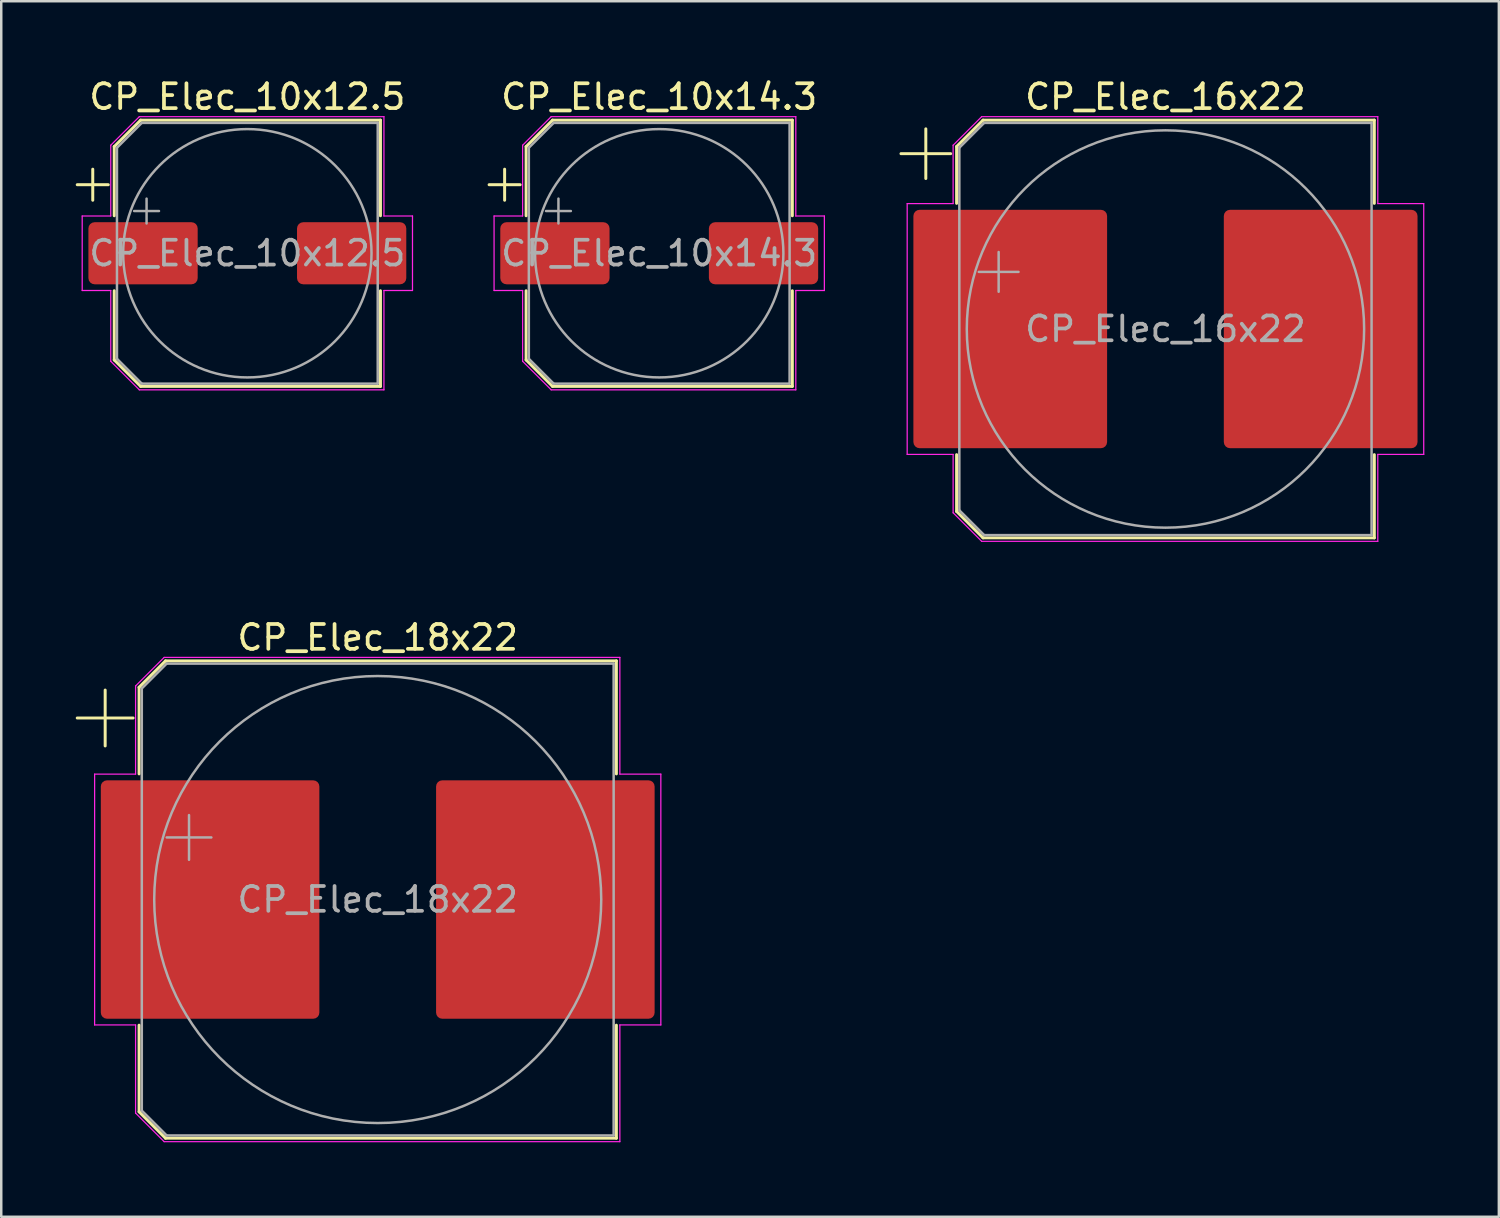
<source format=kicad_pcb>
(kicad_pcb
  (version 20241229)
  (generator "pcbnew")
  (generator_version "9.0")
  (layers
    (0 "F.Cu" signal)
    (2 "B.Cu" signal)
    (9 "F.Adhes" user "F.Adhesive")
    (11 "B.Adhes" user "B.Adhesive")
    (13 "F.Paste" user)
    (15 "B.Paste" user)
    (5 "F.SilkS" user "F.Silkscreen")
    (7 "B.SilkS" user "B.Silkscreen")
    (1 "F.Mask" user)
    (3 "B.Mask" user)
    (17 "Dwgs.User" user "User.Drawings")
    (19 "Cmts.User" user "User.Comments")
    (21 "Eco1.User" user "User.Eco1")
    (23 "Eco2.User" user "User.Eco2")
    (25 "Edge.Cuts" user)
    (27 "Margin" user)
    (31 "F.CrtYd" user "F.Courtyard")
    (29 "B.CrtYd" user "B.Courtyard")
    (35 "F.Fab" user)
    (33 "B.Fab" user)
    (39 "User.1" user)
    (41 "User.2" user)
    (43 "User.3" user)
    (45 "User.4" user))
  (footprint "CP_Elec_18x22"
    (layer "F.Cu")
    (at 12.16 33.172)
    (property "Reference" "CP_Elec_18x22" (at 0 -10.55 0) (layer "F.SilkS") (effects (font (size 1 1) (thickness 0.15))))
    (attr smd)
    (fp_line (start -12.1 -7.31) (end -9.85 -7.31) (stroke (width 0.12) (type solid)) (layer "F.SilkS"))
    (fp_line (start -10.975 -8.435) (end -10.975 -6.185) (stroke (width 0.12) (type solid)) (layer "F.SilkS"))
    (fp_line (start -9.61 -8.546) (end -9.61 -5.06) (stroke (width 0.12) (type solid)) (layer "F.SilkS"))
    (fp_line (start -9.61 -8.546) (end -8.546 -9.61) (stroke (width 0.12) (type solid)) (layer "F.SilkS"))
    (fp_line (start -9.61 8.546) (end -9.61 5.06) (stroke (width 0.12) (type solid)) (layer "F.SilkS"))
    (fp_line (start -9.61 8.546) (end -8.546 9.61) (stroke (width 0.12) (type solid)) (layer "F.SilkS"))
    (fp_line (start -8.546 -9.61) (end 9.61 -9.61) (stroke (width 0.12) (type solid)) (layer "F.SilkS"))
    (fp_line (start -8.546 9.61) (end 9.61 9.61) (stroke (width 0.12) (type solid)) (layer "F.SilkS"))
    (fp_line (start 9.61 -9.61) (end 9.61 -5.06) (stroke (width 0.12) (type solid)) (layer "F.SilkS"))
    (fp_line (start 9.61 9.61) (end 9.61 5.06) (stroke (width 0.12) (type solid)) (layer "F.SilkS"))
    (fp_line (start -11.4 -5.05) (end -11.4 5.05) (stroke (width 0.05) (type solid)) (layer "F.CrtYd"))
    (fp_line (start -11.4 5.05) (end -9.75 5.05) (stroke (width 0.05) (type solid)) (layer "F.CrtYd"))
    (fp_line (start -9.75 -8.6) (end -9.75 -5.05) (stroke (width 0.05) (type solid)) (layer "F.CrtYd"))
    (fp_line (start -9.75 -8.6) (end -8.6 -9.75) (stroke (width 0.05) (type solid)) (layer "F.CrtYd"))
    (fp_line (start -9.75 -5.05) (end -11.4 -5.05) (stroke (width 0.05) (type solid)) (layer "F.CrtYd"))
    (fp_line (start -9.75 5.05) (end -9.75 8.6) (stroke (width 0.05) (type solid)) (layer "F.CrtYd"))
    (fp_line (start -9.75 8.6) (end -8.6 9.75) (stroke (width 0.05) (type solid)) (layer "F.CrtYd"))
    (fp_line (start -8.6 -9.75) (end 9.75 -9.75) (stroke (width 0.05) (type solid)) (layer "F.CrtYd"))
    (fp_line (start -8.6 9.75) (end 9.75 9.75) (stroke (width 0.05) (type solid)) (layer "F.CrtYd"))
    (fp_line (start 9.75 -9.75) (end 9.75 -5.05) (stroke (width 0.05) (type solid)) (layer "F.CrtYd"))
    (fp_line (start 9.75 -5.05) (end 11.4 -5.05) (stroke (width 0.05) (type solid)) (layer "F.CrtYd"))
    (fp_line (start 9.75 5.05) (end 9.75 9.75) (stroke (width 0.05) (type solid)) (layer "F.CrtYd"))
    (fp_line (start 11.4 -5.05) (end 11.4 5.05) (stroke (width 0.05) (type solid)) (layer "F.CrtYd"))
    (fp_line (start 11.4 5.05) (end 9.75 5.05) (stroke (width 0.05) (type solid)) (layer "F.CrtYd"))
    (fp_line (start -9.5 -8.5) (end -9.5 8.5) (stroke (width 0.1) (type solid)) (layer "F.Fab"))
    (fp_line (start -9.5 -8.5) (end -8.5 -9.5) (stroke (width 0.1) (type solid)) (layer "F.Fab"))
    (fp_line (start -9.5 8.5) (end -8.5 9.5) (stroke (width 0.1) (type solid)) (layer "F.Fab"))
    (fp_line (start -8.5 -9.5) (end 9.5 -9.5) (stroke (width 0.1) (type solid)) (layer "F.Fab"))
    (fp_line (start -8.5 9.5) (end 9.5 9.5) (stroke (width 0.1) (type solid)) (layer "F.Fab"))
    (fp_line (start -8.499 -2.5) (end -6.699 -2.5) (stroke (width 0.1) (type solid)) (layer "F.Fab"))
    (fp_line (start -7.599 -3.4) (end -7.599 -1.6) (stroke (width 0.1) (type solid)) (layer "F.Fab"))
    (fp_line (start 9.5 -9.5) (end 9.5 9.5) (stroke (width 0.1) (type solid)) (layer "F.Fab"))
    (fp_circle (center 0 0) (end 9 0) (stroke (width 0.1) (type solid)) (fill no) (layer "F.Fab"))
    (fp_text user "${REFERENCE}" (at 0 0 0) (layer "F.Fab") (effects (font (size 1 1) (thickness 0.15))))
    (pad "1" smd roundrect (at -6.75 0) (size 8.8 9.6) (layers "F.Cu" "F.Mask" "F.Paste") (roundrect_rratio 0.028))
    (pad "2" smd roundrect (at 6.75 0) (size 8.8 9.6) (layers "F.Cu" "F.Mask" "F.Paste") (roundrect_rratio 0.028)))
  (footprint "CP_Elec_16x22"
    (layer "F.Cu")
    (at 43.88 10.198)
    (property "Reference" "CP_Elec_16x22" (at 0 -9.35 0) (layer "F.SilkS") (effects (font (size 1 1) (thickness 0.15))))
    (attr smd)
    (fp_line (start -10.65 -7.06) (end -8.65 -7.06) (stroke (width 0.12) (type solid)) (layer "F.SilkS"))
    (fp_line (start -9.65 -8.06) (end -9.65 -6.06) (stroke (width 0.12) (type solid)) (layer "F.SilkS"))
    (fp_line (start -8.41 -7.346) (end -8.41 -5.06) (stroke (width 0.12) (type solid)) (layer "F.SilkS"))
    (fp_line (start -8.41 -7.346) (end -7.346 -8.41) (stroke (width 0.12) (type solid)) (layer "F.SilkS"))
    (fp_line (start -8.41 7.346) (end -8.41 5.06) (stroke (width 0.12) (type solid)) (layer "F.SilkS"))
    (fp_line (start -8.41 7.346) (end -7.346 8.41) (stroke (width 0.12) (type solid)) (layer "F.SilkS"))
    (fp_line (start -7.346 -8.41) (end 8.41 -8.41) (stroke (width 0.12) (type solid)) (layer "F.SilkS"))
    (fp_line (start -7.346 8.41) (end 8.41 8.41) (stroke (width 0.12) (type solid)) (layer "F.SilkS"))
    (fp_line (start 8.41 -8.41) (end 8.41 -5.06) (stroke (width 0.12) (type solid)) (layer "F.SilkS"))
    (fp_line (start 8.41 8.41) (end 8.41 5.06) (stroke (width 0.12) (type solid)) (layer "F.SilkS"))
    (fp_line (start -10.4 -5.05) (end -10.4 5.05) (stroke (width 0.05) (type solid)) (layer "F.CrtYd"))
    (fp_line (start -10.4 5.05) (end -8.55 5.05) (stroke (width 0.05) (type solid)) (layer "F.CrtYd"))
    (fp_line (start -8.55 -7.4) (end -8.55 -5.05) (stroke (width 0.05) (type solid)) (layer "F.CrtYd"))
    (fp_line (start -8.55 -7.4) (end -7.4 -8.55) (stroke (width 0.05) (type solid)) (layer "F.CrtYd"))
    (fp_line (start -8.55 -5.05) (end -10.4 -5.05) (stroke (width 0.05) (type solid)) (layer "F.CrtYd"))
    (fp_line (start -8.55 5.05) (end -8.55 7.4) (stroke (width 0.05) (type solid)) (layer "F.CrtYd"))
    (fp_line (start -8.55 7.4) (end -7.4 8.55) (stroke (width 0.05) (type solid)) (layer "F.CrtYd"))
    (fp_line (start -7.4 -8.55) (end 8.55 -8.55) (stroke (width 0.05) (type solid)) (layer "F.CrtYd"))
    (fp_line (start -7.4 8.55) (end 8.55 8.55) (stroke (width 0.05) (type solid)) (layer "F.CrtYd"))
    (fp_line (start 8.55 -8.55) (end 8.55 -5.05) (stroke (width 0.05) (type solid)) (layer "F.CrtYd"))
    (fp_line (start 8.55 -5.05) (end 10.4 -5.05) (stroke (width 0.05) (type solid)) (layer "F.CrtYd"))
    (fp_line (start 8.55 5.05) (end 8.55 8.55) (stroke (width 0.05) (type solid)) (layer "F.CrtYd"))
    (fp_line (start 10.4 -5.05) (end 10.4 5.05) (stroke (width 0.05) (type solid)) (layer "F.CrtYd"))
    (fp_line (start 10.4 5.05) (end 8.55 5.05) (stroke (width 0.05) (type solid)) (layer "F.CrtYd"))
    (fp_line (start -8.3 -7.3) (end -8.3 7.3) (stroke (width 0.1) (type solid)) (layer "F.Fab"))
    (fp_line (start -8.3 -7.3) (end -7.3 -8.3) (stroke (width 0.1) (type solid)) (layer "F.Fab"))
    (fp_line (start -8.3 7.3) (end -7.3 8.3) (stroke (width 0.1) (type solid)) (layer "F.Fab"))
    (fp_line (start -7.517 -2.3) (end -5.917 -2.3) (stroke (width 0.1) (type solid)) (layer "F.Fab"))
    (fp_line (start -7.3 -8.3) (end 8.3 -8.3) (stroke (width 0.1) (type solid)) (layer "F.Fab"))
    (fp_line (start -7.3 8.3) (end 8.3 8.3) (stroke (width 0.1) (type solid)) (layer "F.Fab"))
    (fp_line (start -6.717 -3.1) (end -6.717 -1.5) (stroke (width 0.1) (type solid)) (layer "F.Fab"))
    (fp_line (start 8.3 -8.3) (end 8.3 8.3) (stroke (width 0.1) (type solid)) (layer "F.Fab"))
    (fp_circle (center 0 0) (end 8 0) (stroke (width 0.1) (type solid)) (fill no) (layer "F.Fab"))
    (fp_text user "${REFERENCE}" (at 0 0 0) (layer "F.Fab") (effects (font (size 1 1) (thickness 0.15))))
    (pad "1" smd roundrect (at -6.25 0) (size 7.8 9.6) (layers "F.Cu" "F.Mask" "F.Paste") (roundrect_rratio 0.032))
    (pad "2" smd roundrect (at 6.25 0) (size 7.8 9.6) (layers "F.Cu" "F.Mask" "F.Paste") (roundrect_rratio 0.032)))
  (footprint "CP_Elec_10x12.5"
    (layer "F.Cu")
    (at 6.91 7.148)
    (property "Reference" "CP_Elec_10x12.5" (at 0 -6.3 0) (layer "F.SilkS") (effects (font (size 1 1) (thickness 0.15))))
    (attr smd)
    (fp_line (start -6.85 -2.76) (end -5.6 -2.76) (stroke (width 0.12) (type solid)) (layer "F.SilkS"))
    (fp_line (start -6.225 -3.385) (end -6.225 -2.135) (stroke (width 0.12) (type solid)) (layer "F.SilkS"))
    (fp_line (start -5.36 -4.296) (end -5.36 -1.51) (stroke (width 0.12) (type solid)) (layer "F.SilkS"))
    (fp_line (start -5.36 -4.296) (end -4.296 -5.36) (stroke (width 0.12) (type solid)) (layer "F.SilkS"))
    (fp_line (start -5.36 4.296) (end -5.36 1.51) (stroke (width 0.12) (type solid)) (layer "F.SilkS"))
    (fp_line (start -5.36 4.296) (end -4.296 5.36) (stroke (width 0.12) (type solid)) (layer "F.SilkS"))
    (fp_line (start -4.296 -5.36) (end 5.36 -5.36) (stroke (width 0.12) (type solid)) (layer "F.SilkS"))
    (fp_line (start -4.296 5.36) (end 5.36 5.36) (stroke (width 0.12) (type solid)) (layer "F.SilkS"))
    (fp_line (start 5.36 -5.36) (end 5.36 -1.51) (stroke (width 0.12) (type solid)) (layer "F.SilkS"))
    (fp_line (start 5.36 5.36) (end 5.36 1.51) (stroke (width 0.12) (type solid)) (layer "F.SilkS"))
    (fp_line (start -6.65 -1.5) (end -6.65 1.5) (stroke (width 0.05) (type solid)) (layer "F.CrtYd"))
    (fp_line (start -6.65 1.5) (end -5.5 1.5) (stroke (width 0.05) (type solid)) (layer "F.CrtYd"))
    (fp_line (start -5.5 -4.35) (end -5.5 -1.5) (stroke (width 0.05) (type solid)) (layer "F.CrtYd"))
    (fp_line (start -5.5 -4.35) (end -4.35 -5.5) (stroke (width 0.05) (type solid)) (layer "F.CrtYd"))
    (fp_line (start -5.5 -1.5) (end -6.65 -1.5) (stroke (width 0.05) (type solid)) (layer "F.CrtYd"))
    (fp_line (start -5.5 1.5) (end -5.5 4.35) (stroke (width 0.05) (type solid)) (layer "F.CrtYd"))
    (fp_line (start -5.5 4.35) (end -4.35 5.5) (stroke (width 0.05) (type solid)) (layer "F.CrtYd"))
    (fp_line (start -4.35 -5.5) (end 5.5 -5.5) (stroke (width 0.05) (type solid)) (layer "F.CrtYd"))
    (fp_line (start -4.35 5.5) (end 5.5 5.5) (stroke (width 0.05) (type solid)) (layer "F.CrtYd"))
    (fp_line (start 5.5 -5.5) (end 5.5 -1.5) (stroke (width 0.05) (type solid)) (layer "F.CrtYd"))
    (fp_line (start 5.5 -1.5) (end 6.65 -1.5) (stroke (width 0.05) (type solid)) (layer "F.CrtYd"))
    (fp_line (start 5.5 1.5) (end 5.5 5.5) (stroke (width 0.05) (type solid)) (layer "F.CrtYd"))
    (fp_line (start 6.65 -1.5) (end 6.65 1.5) (stroke (width 0.05) (type solid)) (layer "F.CrtYd"))
    (fp_line (start 6.65 1.5) (end 5.5 1.5) (stroke (width 0.05) (type solid)) (layer "F.CrtYd"))
    (fp_line (start -5.25 -4.25) (end -5.25 4.25) (stroke (width 0.1) (type solid)) (layer "F.Fab"))
    (fp_line (start -5.25 -4.25) (end -4.25 -5.25) (stroke (width 0.1) (type solid)) (layer "F.Fab"))
    (fp_line (start -5.25 4.25) (end -4.25 5.25) (stroke (width 0.1) (type solid)) (layer "F.Fab"))
    (fp_line (start -4.558 -1.7) (end -3.558 -1.7) (stroke (width 0.1) (type solid)) (layer "F.Fab"))
    (fp_line (start -4.25 -5.25) (end 5.25 -5.25) (stroke (width 0.1) (type solid)) (layer "F.Fab"))
    (fp_line (start -4.25 5.25) (end 5.25 5.25) (stroke (width 0.1) (type solid)) (layer "F.Fab"))
    (fp_line (start -4.058 -2.2) (end -4.058 -1.2) (stroke (width 0.1) (type solid)) (layer "F.Fab"))
    (fp_line (start 5.25 -5.25) (end 5.25 5.25) (stroke (width 0.1) (type solid)) (layer "F.Fab"))
    (fp_circle (center 0 0) (end 5 0) (stroke (width 0.1) (type solid)) (fill no) (layer "F.Fab"))
    (fp_text user "${REFERENCE}" (at 0 0 0) (layer "F.Fab") (effects (font (size 1 1) (thickness 0.15))))
    (pad "1" smd roundrect (at -4.2 0) (size 4.4 2.5) (layers "F.Cu" "F.Mask" "F.Paste") (roundrect_rratio 0.1))
    (pad "2" smd roundrect (at 4.2 0) (size 4.4 2.5) (layers "F.Cu" "F.Mask" "F.Paste") (roundrect_rratio 0.1)))
  (footprint "CP_Elec_10x14.3"
    (layer "F.Cu")
    (at 23.495 7.148)
    (property "Reference" "CP_Elec_10x14.3" (at 0 -6.3 0) (layer "F.SilkS") (effects (font (size 1 1) (thickness 0.15))))
    (attr smd)
    (fp_line (start -6.85 -2.76) (end -5.6 -2.76) (stroke (width 0.12) (type solid)) (layer "F.SilkS"))
    (fp_line (start -6.225 -3.385) (end -6.225 -2.135) (stroke (width 0.12) (type solid)) (layer "F.SilkS"))
    (fp_line (start -5.36 -4.296) (end -5.36 -1.51) (stroke (width 0.12) (type solid)) (layer "F.SilkS"))
    (fp_line (start -5.36 -4.296) (end -4.296 -5.36) (stroke (width 0.12) (type solid)) (layer "F.SilkS"))
    (fp_line (start -5.36 4.296) (end -5.36 1.51) (stroke (width 0.12) (type solid)) (layer "F.SilkS"))
    (fp_line (start -5.36 4.296) (end -4.296 5.36) (stroke (width 0.12) (type solid)) (layer "F.SilkS"))
    (fp_line (start -4.296 -5.36) (end 5.36 -5.36) (stroke (width 0.12) (type solid)) (layer "F.SilkS"))
    (fp_line (start -4.296 5.36) (end 5.36 5.36) (stroke (width 0.12) (type solid)) (layer "F.SilkS"))
    (fp_line (start 5.36 -5.36) (end 5.36 -1.51) (stroke (width 0.12) (type solid)) (layer "F.SilkS"))
    (fp_line (start 5.36 5.36) (end 5.36 1.51) (stroke (width 0.12) (type solid)) (layer "F.SilkS"))
    (fp_line (start -6.65 -1.5) (end -6.65 1.5) (stroke (width 0.05) (type solid)) (layer "F.CrtYd"))
    (fp_line (start -6.65 1.5) (end -5.5 1.5) (stroke (width 0.05) (type solid)) (layer "F.CrtYd"))
    (fp_line (start -5.5 -4.35) (end -5.5 -1.5) (stroke (width 0.05) (type solid)) (layer "F.CrtYd"))
    (fp_line (start -5.5 -4.35) (end -4.35 -5.5) (stroke (width 0.05) (type solid)) (layer "F.CrtYd"))
    (fp_line (start -5.5 -1.5) (end -6.65 -1.5) (stroke (width 0.05) (type solid)) (layer "F.CrtYd"))
    (fp_line (start -5.5 1.5) (end -5.5 4.35) (stroke (width 0.05) (type solid)) (layer "F.CrtYd"))
    (fp_line (start -5.5 4.35) (end -4.35 5.5) (stroke (width 0.05) (type solid)) (layer "F.CrtYd"))
    (fp_line (start -4.35 -5.5) (end 5.5 -5.5) (stroke (width 0.05) (type solid)) (layer "F.CrtYd"))
    (fp_line (start -4.35 5.5) (end 5.5 5.5) (stroke (width 0.05) (type solid)) (layer "F.CrtYd"))
    (fp_line (start 5.5 -5.5) (end 5.5 -1.5) (stroke (width 0.05) (type solid)) (layer "F.CrtYd"))
    (fp_line (start 5.5 -1.5) (end 6.65 -1.5) (stroke (width 0.05) (type solid)) (layer "F.CrtYd"))
    (fp_line (start 5.5 1.5) (end 5.5 5.5) (stroke (width 0.05) (type solid)) (layer "F.CrtYd"))
    (fp_line (start 6.65 -1.5) (end 6.65 1.5) (stroke (width 0.05) (type solid)) (layer "F.CrtYd"))
    (fp_line (start 6.65 1.5) (end 5.5 1.5) (stroke (width 0.05) (type solid)) (layer "F.CrtYd"))
    (fp_line (start -5.25 -4.25) (end -5.25 4.25) (stroke (width 0.1) (type solid)) (layer "F.Fab"))
    (fp_line (start -5.25 -4.25) (end -4.25 -5.25) (stroke (width 0.1) (type solid)) (layer "F.Fab"))
    (fp_line (start -5.25 4.25) (end -4.25 5.25) (stroke (width 0.1) (type solid)) (layer "F.Fab"))
    (fp_line (start -4.558 -1.7) (end -3.558 -1.7) (stroke (width 0.1) (type solid)) (layer "F.Fab"))
    (fp_line (start -4.25 -5.25) (end 5.25 -5.25) (stroke (width 0.1) (type solid)) (layer "F.Fab"))
    (fp_line (start -4.25 5.25) (end 5.25 5.25) (stroke (width 0.1) (type solid)) (layer "F.Fab"))
    (fp_line (start -4.058 -2.2) (end -4.058 -1.2) (stroke (width 0.1) (type solid)) (layer "F.Fab"))
    (fp_line (start 5.25 -5.25) (end 5.25 5.25) (stroke (width 0.1) (type solid)) (layer "F.Fab"))
    (fp_circle (center 0 0) (end 5 0) (stroke (width 0.1) (type solid)) (fill no) (layer "F.Fab"))
    (fp_text user "${REFERENCE}" (at 0 0 0) (layer "F.Fab") (effects (font (size 1 1) (thickness 0.15))))
    (pad "1" smd roundrect (at -4.2 0) (size 4.4 2.5) (layers "F.Cu" "F.Mask" "F.Paste") (roundrect_rratio 0.1))
    (pad "2" smd roundrect (at 4.2 0) (size 4.4 2.5) (layers "F.Cu" "F.Mask" "F.Paste") (roundrect_rratio 0.1)))
  (gr_rect
    (start -3 -3)
    (end 57.305 45.947)
    (stroke (width 0.1) (type default))
    (fill no)
    (layer "Edge.Cuts")))
</source>
